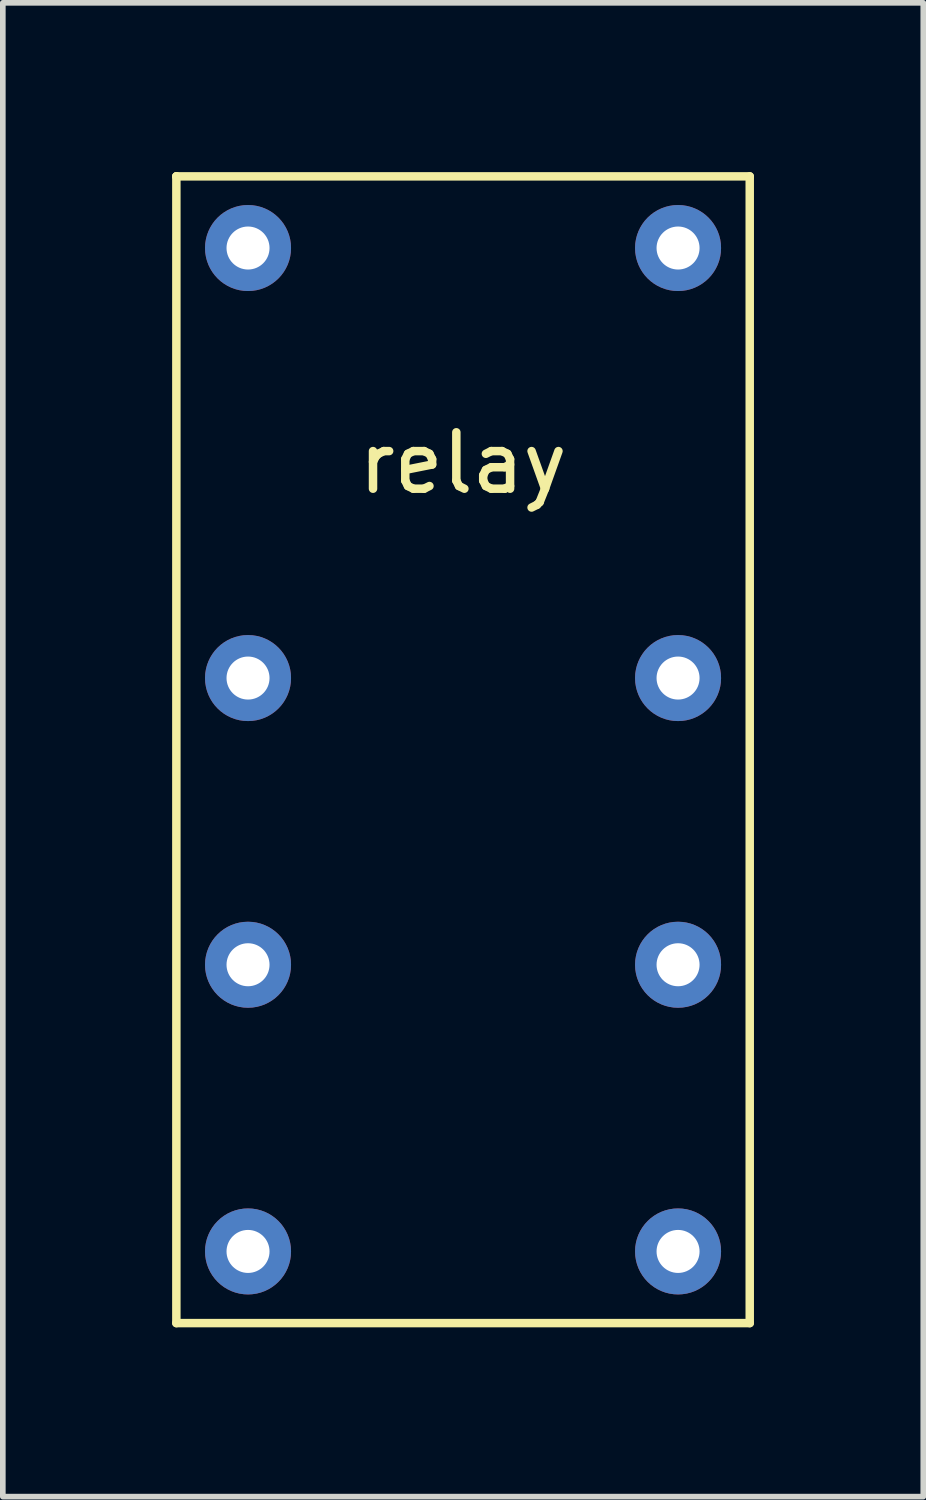
<source format=kicad_pcb>
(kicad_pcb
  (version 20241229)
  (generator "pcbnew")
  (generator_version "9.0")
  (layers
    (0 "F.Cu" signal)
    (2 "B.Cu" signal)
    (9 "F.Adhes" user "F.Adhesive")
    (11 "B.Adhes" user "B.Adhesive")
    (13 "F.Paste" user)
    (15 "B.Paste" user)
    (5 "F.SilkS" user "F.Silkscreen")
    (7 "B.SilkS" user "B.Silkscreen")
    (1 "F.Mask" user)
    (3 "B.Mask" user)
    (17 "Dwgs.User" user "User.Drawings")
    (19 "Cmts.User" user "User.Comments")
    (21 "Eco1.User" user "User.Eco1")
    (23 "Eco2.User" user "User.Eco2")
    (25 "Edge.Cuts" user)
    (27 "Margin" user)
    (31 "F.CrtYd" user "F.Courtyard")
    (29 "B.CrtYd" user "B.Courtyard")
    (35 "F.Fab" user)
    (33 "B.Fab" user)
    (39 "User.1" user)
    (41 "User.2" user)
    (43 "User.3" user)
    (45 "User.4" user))
  (footprint "relay"
    (layer "F.Cu")
    (at 5.155 1.345)
    (property "Reference" "relay" (at 0 3.81 0) (layer "F.SilkS") (effects (font (size 1 1) (thickness 0.15))))
    (attr through_hole)
    (fp_line (start -5.08 -1.27) (end -5.08 -1.27) (stroke (width 0.15) (type solid)) (layer "F.SilkS"))
    (fp_line (start -5.08 -1.27) (end 5.08 -1.27) (stroke (width 0.15) (type solid)) (layer "F.SilkS"))
    (fp_line (start -5.08 19.05) (end -5.08 -1.27) (stroke (width 0.15) (type solid)) (layer "F.SilkS"))
    (fp_line (start 5.08 -1.27) (end 5.08 19.05) (stroke (width 0.15) (type solid)) (layer "F.SilkS"))
    (fp_line (start 5.08 19.05) (end -5.08 19.05) (stroke (width 0.15) (type solid)) (layer "F.SilkS"))
    (pad "1" thru_hole circle (at 3.81 17.78) (size 1.524 1.524) (drill 0.762) (layers "*.Cu" "*.Mask"))
    (pad "3" thru_hole circle (at 3.81 12.7) (size 1.524 1.524) (drill 0.762) (layers "*.Cu" "*.Mask"))
    (pad "5" thru_hole circle (at 3.81 7.62) (size 1.524 1.524) (drill 0.762) (layers "*.Cu" "*.Mask"))
    (pad "8" thru_hole circle (at -3.81 0) (size 1.524 1.524) (drill 0.762) (layers "*.Cu" "*.Mask"))
    (pad "9" thru_hole circle (at 3.81 0) (size 1.524 1.524) (drill 0.762) (layers "*.Cu" "*.Mask"))
    (pad "12" thru_hole circle (at -3.81 7.62) (size 1.524 1.524) (drill 0.762) (layers "*.Cu" "*.Mask"))
    (pad "14" thru_hole circle (at -3.81 12.7) (size 1.524 1.524) (drill 0.762) (layers "*.Cu" "*.Mask"))
    (pad "16" thru_hole circle (at -3.81 17.78) (size 1.524 1.524) (drill 0.762) (layers "*.Cu" "*.Mask")))
  (gr_rect
    (start -3 -3)
    (end 13.31 23.47)
    (stroke (width 0.1) (type default))
    (fill no)
    (layer "Edge.Cuts")))
</source>
